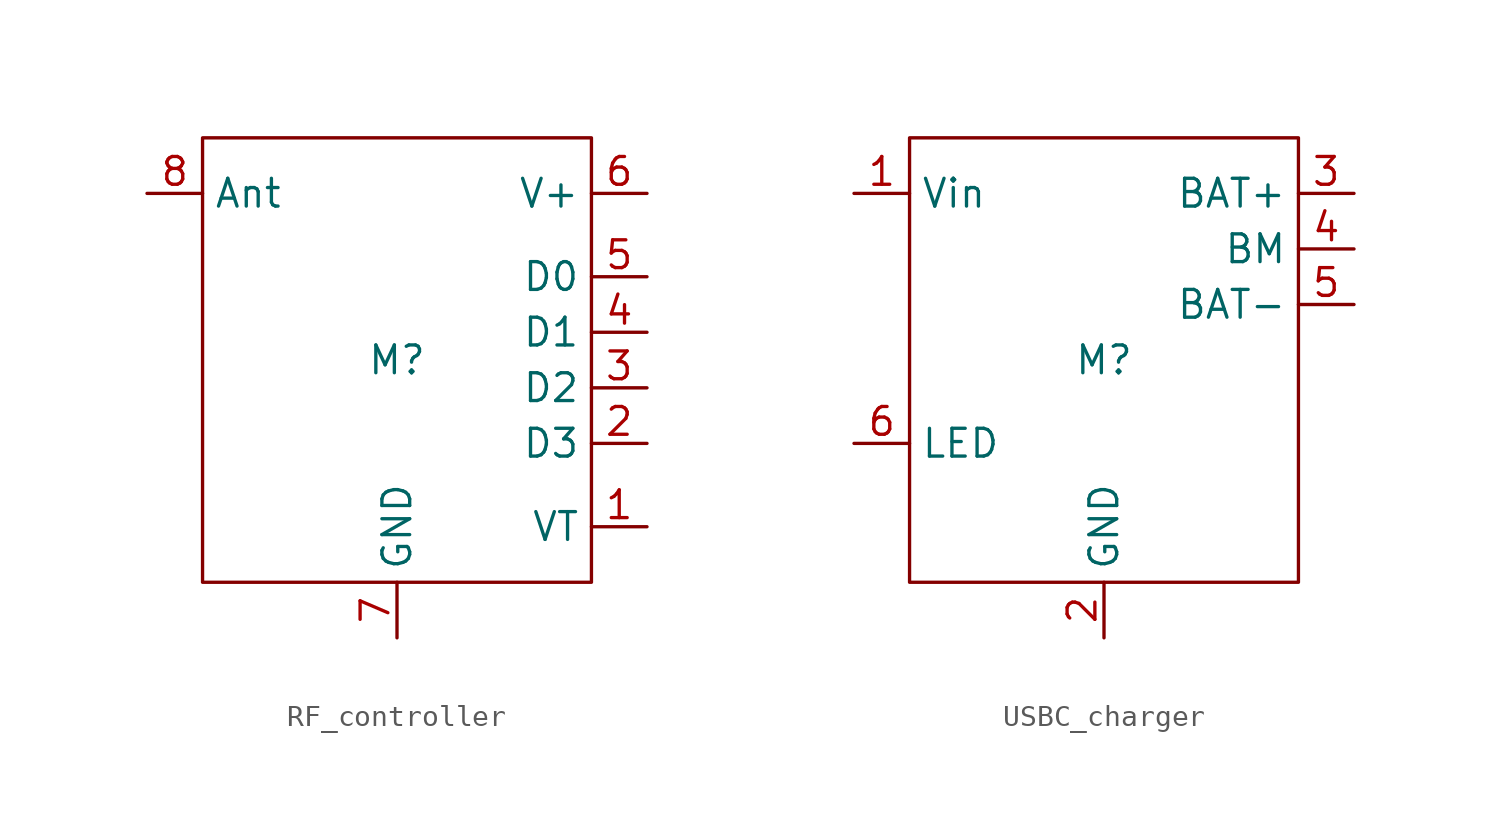
<source format=kicad_sym>
(kicad_symbol_lib
  (version 20241209)
  (generator "kicad_symbol_editor")
  (generator_version "9.0")
  (symbol "RF_controller"
    (property "Reference" "M"
      (at 0 0 0)
      (effects (font (size 1.27 1.27))))
    (property "Value" ""
      (at 0 0 0)
      (effects (font (size 1.27 1.27))))
    (symbol "RF_controller_0_1"
      (rectangle (start -8.89 10.16) (end 8.89 -10.16) (stroke (width 0) (type default)) (fill (type none))))
    (symbol "RF_controller_1_1"
      (pin input line (at -11.43 7.62 0) (length 2.54) (name "Ant" (effects (font (size 1.27 1.27)))) (number "8" (effects (font (size 1.27 1.27)))))
      (pin passive line (at 0 -12.7 90) (length 2.54) (name "GND" (effects (font (size 1.27 1.27)))) (number "7" (effects (font (size 1.27 1.27)))))
      (pin passive line (at 11.43 7.62 180) (length 2.54) (name "V+" (effects (font (size 1.27 1.27)))) (number "6" (effects (font (size 1.27 1.27)))))
      (pin passive line (at 11.43 3.81 180) (length 2.54) (name "D0" (effects (font (size 1.27 1.27)))) (number "5" (effects (font (size 1.27 1.27)))))
      (pin passive line (at 11.43 1.27 180) (length 2.54) (name "D1" (effects (font (size 1.27 1.27)))) (number "4" (effects (font (size 1.27 1.27)))))
      (pin passive line (at 11.43 -1.27 180) (length 2.54) (name "D2" (effects (font (size 1.27 1.27)))) (number "3" (effects (font (size 1.27 1.27)))))
      (pin passive line (at 11.43 -3.81 180) (length 2.54) (name "D3" (effects (font (size 1.27 1.27)))) (number "2" (effects (font (size 1.27 1.27)))))
      (pin passive line (at 11.43 -7.62 180) (length 2.54) (name "VT" (effects (font (size 1.27 1.27)))) (number "1" (effects (font (size 1.27 1.27)))))))
  (symbol "USBC_charger"
    (property "Reference" "M"
      (at 0 0 0)
      (effects (font (size 1.27 1.27))))
    (property "Value" ""
      (at -8.89 -6.35 0)
      (effects (font (size 1.27 1.27))))
    (symbol "USBC_charger_0_1"
      (rectangle (start -8.89 10.16) (end 8.89 -10.16) (stroke (width 0) (type default)) (fill (type none))))
    (symbol "USBC_charger_1_1"
      (pin power_in line (at -11.43 7.62 0) (length 2.54) (name "Vin" (effects (font (size 1.27 1.27)))) (number "1" (effects (font (size 1.27 1.27)))))
      (pin output line (at -11.43 -3.81 0) (length 2.54) (name "LED" (effects (font (size 1.27 1.27)))) (number "6" (effects (font (size 1.27 1.27)))))
      (pin power_in line (at 0 -12.7 90) (length 2.54) (name "GND" (effects (font (size 1.27 1.27)))) (number "2" (effects (font (size 1.27 1.27)))))
      (pin power_in line (at 11.43 7.62 180) (length 2.54) (name "BAT+" (effects (font (size 1.27 1.27)))) (number "3" (effects (font (size 1.27 1.27)))))
      (pin power_in line (at 11.43 5.08 180) (length 2.54) (name "BM" (effects (font (size 1.27 1.27)))) (number "4" (effects (font (size 1.27 1.27)))))
      (pin power_in line (at 11.43 2.54 180) (length 2.54) (name "BAT-" (effects (font (size 1.27 1.27)))) (number "5" (effects (font (size 1.27 1.27))))))))
</source>
